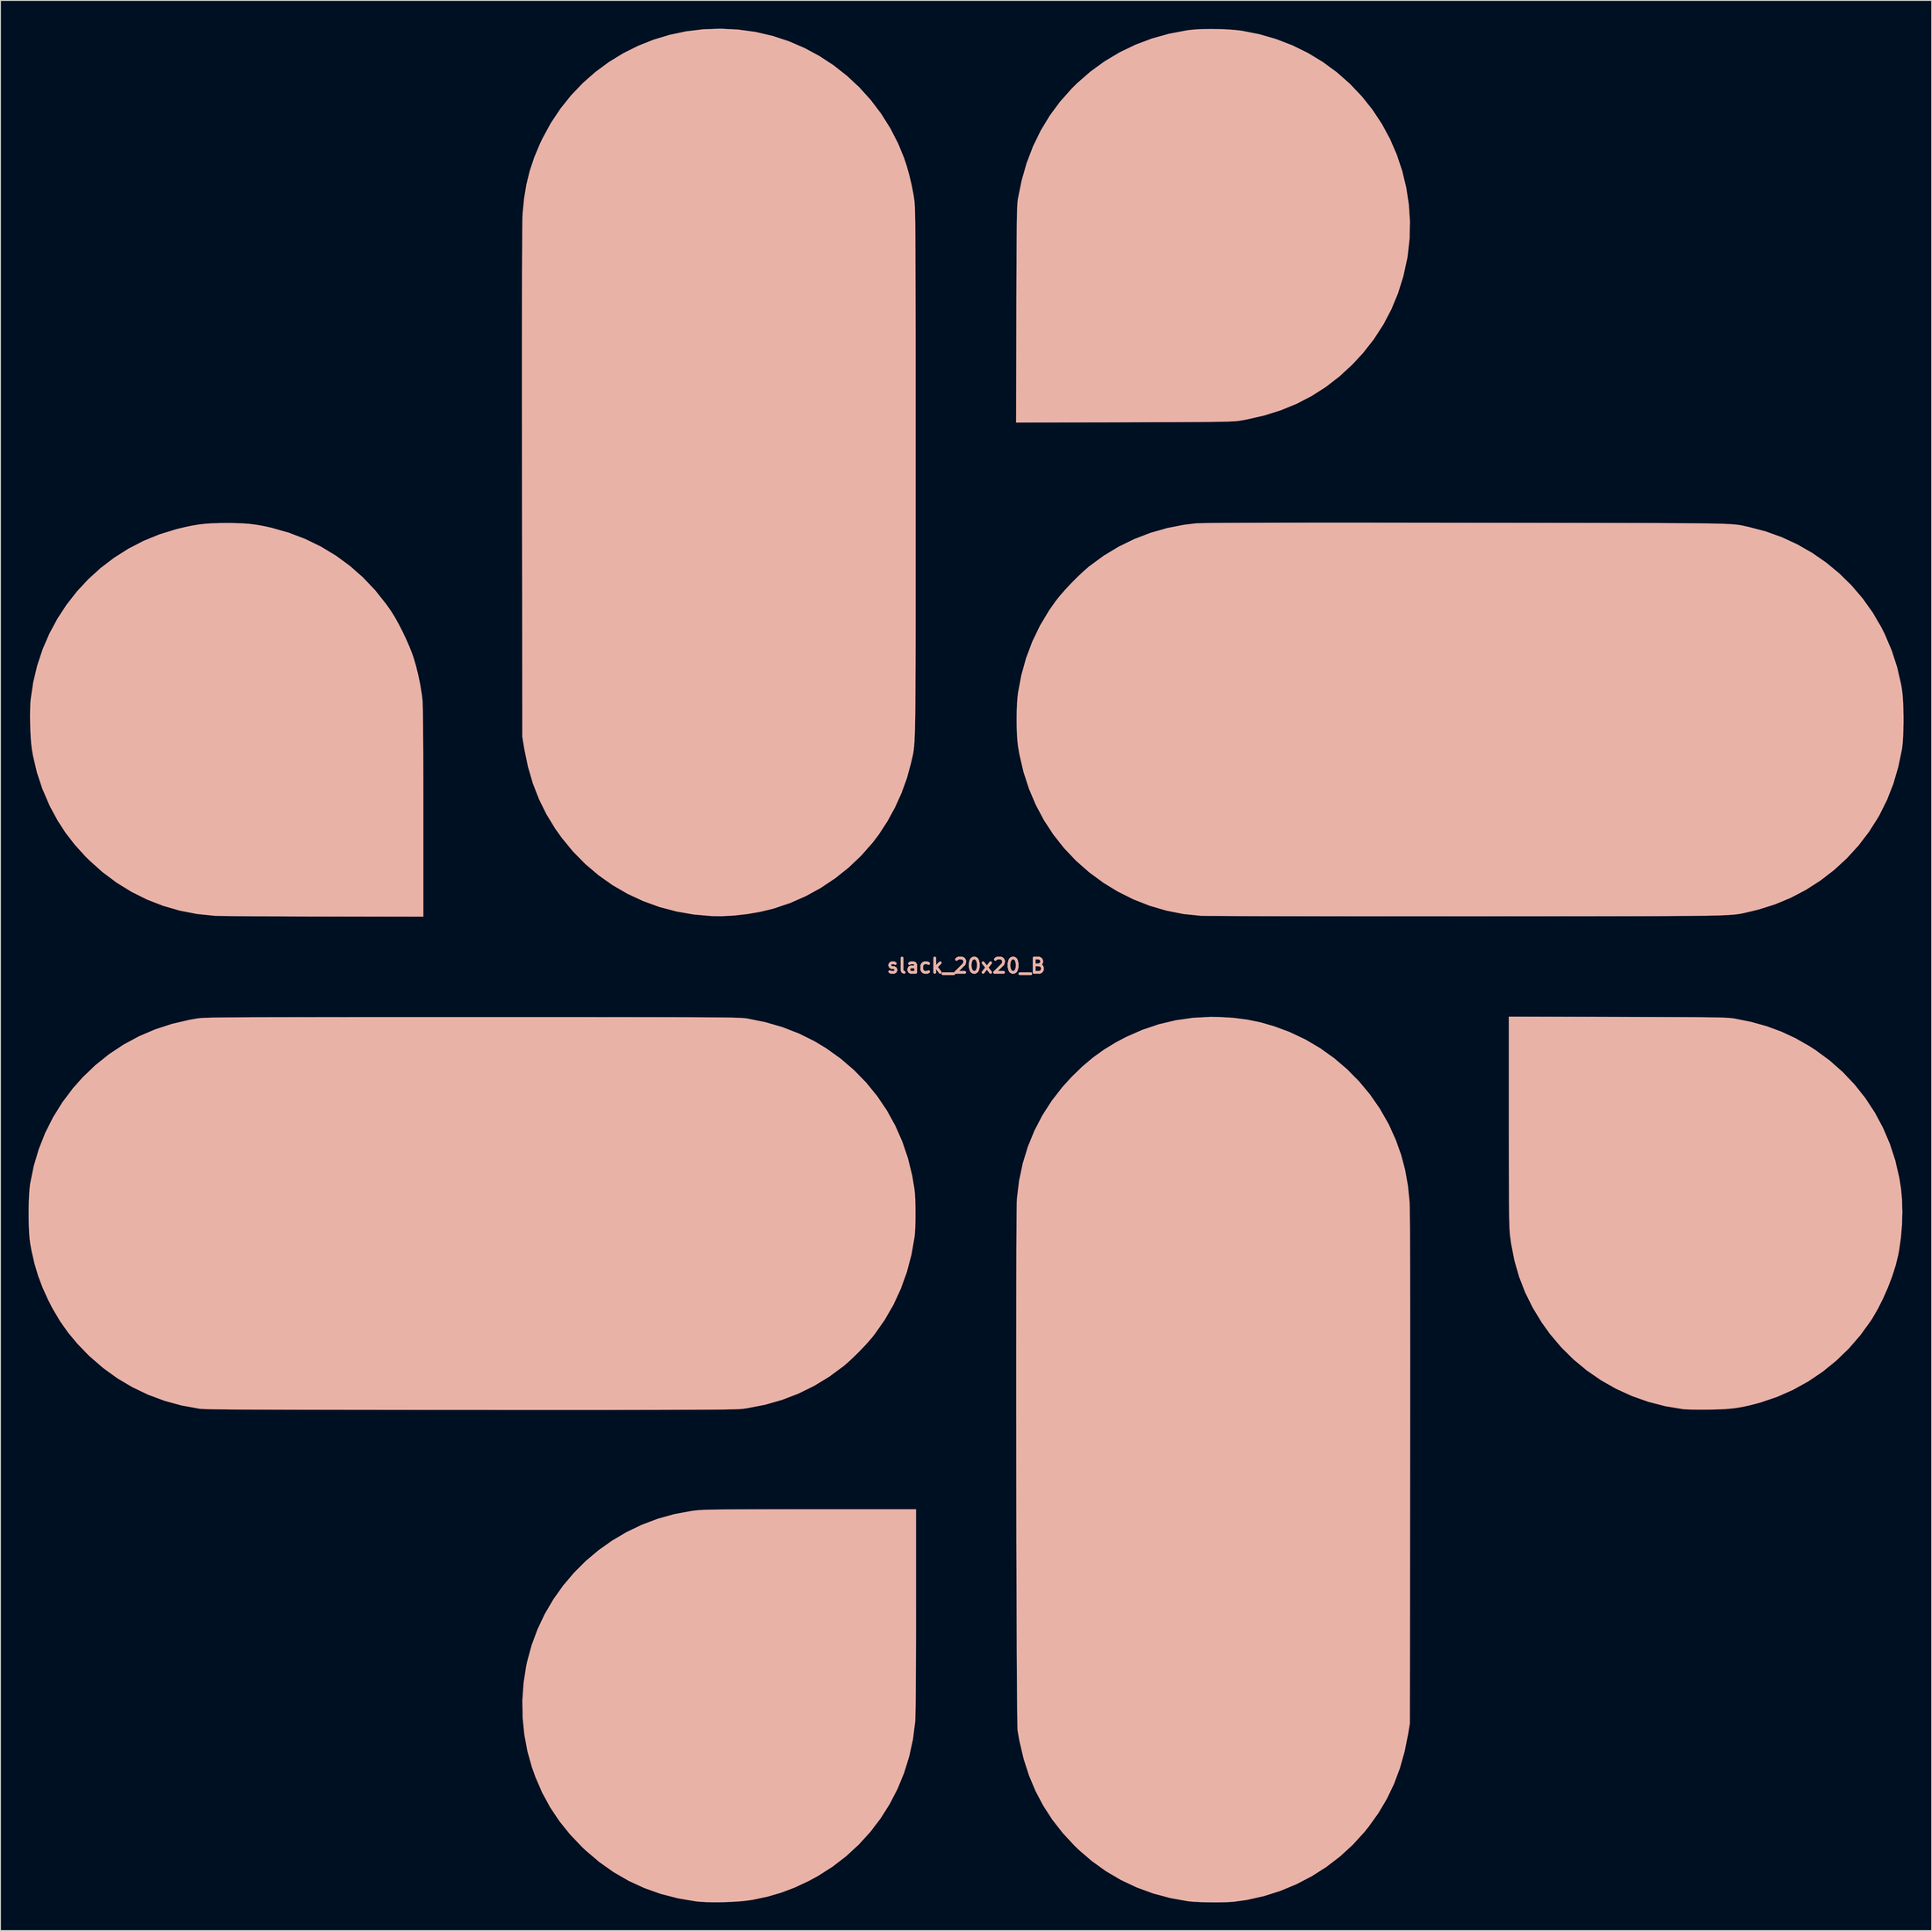
<source format=kicad_pcb>
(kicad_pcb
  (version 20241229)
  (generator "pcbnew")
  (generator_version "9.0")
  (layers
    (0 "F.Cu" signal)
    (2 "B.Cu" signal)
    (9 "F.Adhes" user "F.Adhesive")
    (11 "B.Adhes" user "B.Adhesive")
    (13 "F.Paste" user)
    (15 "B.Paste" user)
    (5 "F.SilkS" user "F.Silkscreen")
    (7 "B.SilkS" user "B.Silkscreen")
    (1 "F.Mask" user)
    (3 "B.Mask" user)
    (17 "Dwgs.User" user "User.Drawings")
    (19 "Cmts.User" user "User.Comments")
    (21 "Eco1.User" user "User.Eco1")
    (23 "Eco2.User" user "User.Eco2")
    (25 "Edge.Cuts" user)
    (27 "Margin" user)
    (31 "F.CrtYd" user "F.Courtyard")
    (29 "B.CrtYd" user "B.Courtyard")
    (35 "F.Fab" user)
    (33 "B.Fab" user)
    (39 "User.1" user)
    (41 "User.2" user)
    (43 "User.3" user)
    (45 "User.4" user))
  (footprint "slack_20x20_B"
    (layer "F.Cu")
    (at 99.879 99.89)
    (property "Reference" "slack_20x20_B" (at 0 0 0) (layer "B.SilkS") (effects (font (size 1.524 1.524) (thickness 0.3))))
    (attr through_hole)
    (fp_poly (pts (xy -5.334 68.702) (xy -5.335 70.516) (xy -5.337 72.191) (xy -5.341 73.725) (xy -5.346 75.115) (xy -5.353 76.358) (xy -5.361 77.451) (xy -5.371 78.39) (xy -5.382 79.173) (xy -5.394 79.796) (xy -5.408 80.257) (xy -5.423 80.551) (xy -5.425 80.577) (xy -5.665 82.444) (xy -6.062 84.262) (xy -6.611 86.022) (xy -7.306 87.715) (xy -8.143 89.333) (xy -9.115 90.869) (xy -10.216 92.313) (xy -11.442 93.657) (xy -12.787 94.894) (xy -14.245 96.015) (xy -15.81 97.012) (xy -16.817 97.556) (xy -18.263 98.23) (xy -19.688 98.77) (xy -21.147 99.196) (xy -22.696 99.525) (xy -22.775 99.539) (xy -23.457 99.636) (xy -24.255 99.712) (xy -25.126 99.765) (xy -26.027 99.796) (xy -26.914 99.801) (xy -27.743 99.782) (xy -28.471 99.735) (xy -28.787 99.701) (xy -30.697 99.378) (xy -32.528 98.905) (xy -34.28 98.283) (xy -35.954 97.51) (xy -37.55 96.587) (xy -39.068 95.514) (xy -40.51 94.289) (xy -40.924 93.897) (xy -42.205 92.55) (xy -43.33 91.149) (xy -44.311 89.678) (xy -45.156 88.121) (xy -45.876 86.464) (xy -46.259 85.393) (xy -46.738 83.681) (xy -47.067 81.91) (xy -47.246 80.099) (xy -47.272 78.269) (xy -47.146 76.441) (xy -46.865 74.634) (xy -46.768 74.177) (xy -46.288 72.406) (xy -45.656 70.703) (xy -44.883 69.072) (xy -43.975 67.523) (xy -42.941 66.063) (xy -41.789 64.698) (xy -40.527 63.436) (xy -39.163 62.285) (xy -37.705 61.251) (xy -36.162 60.342) (xy -34.541 59.565) (xy -32.851 58.928) (xy -31.1 58.437) (xy -29.295 58.101) (xy -28.824 58.04) (xy -28.642 58.021) (xy -28.428 58.004) (xy -28.175 57.989) (xy -27.872 57.976) (xy -27.511 57.964) (xy -27.083 57.953) (xy -26.578 57.944) (xy -25.989 57.937) (xy -25.305 57.93) (xy -24.518 57.925) (xy -23.619 57.921) (xy -22.598 57.918) (xy -21.448 57.915) (xy -20.158 57.913) (xy -18.72 57.912) (xy -17.124 57.912) (xy -16.532 57.912) (xy -5.334 57.912) (xy -5.334 68.702)) (stroke (width 0.01) (type solid)) (fill yes) (layer "B.SilkS"))
    (fp_poly (pts (xy 26.963 -99.842) (xy 27.813 -99.807) (xy 28.602 -99.75) (xy 29.287 -99.672) (xy 29.362 -99.661) (xy 31.228 -99.296) (xy 33.033 -98.775) (xy 34.772 -98.103) (xy 36.435 -97.286) (xy 38.015 -96.327) (xy 39.504 -95.232) (xy 40.895 -94.004) (xy 42.18 -92.649) (xy 43.278 -91.271) (xy 44.289 -89.748) (xy 45.159 -88.141) (xy 45.885 -86.462) (xy 46.465 -84.727) (xy 46.895 -82.949) (xy 47.171 -81.141) (xy 47.291 -79.318) (xy 47.25 -77.493) (xy 47.047 -75.681) (xy 46.995 -75.366) (xy 46.584 -73.493) (xy 46.023 -71.698) (xy 45.312 -69.981) (xy 44.452 -68.343) (xy 43.443 -66.786) (xy 42.287 -65.312) (xy 41.152 -64.089) (xy 39.782 -62.826) (xy 38.342 -61.711) (xy 36.825 -60.74) (xy 35.224 -59.909) (xy 33.531 -59.214) (xy 31.741 -58.653) (xy 29.846 -58.222) (xy 29.168 -58.103) (xy 29.031 -58.083) (xy 28.872 -58.065) (xy 28.681 -58.049) (xy 28.449 -58.034) (xy 28.167 -58.021) (xy 27.827 -58.009) (xy 27.42 -57.999) (xy 26.937 -57.989) (xy 26.368 -57.981) (xy 25.706 -57.974) (xy 24.94 -57.967) (xy 24.064 -57.961) (xy 23.066 -57.956) (xy 21.94 -57.951) (xy 20.675 -57.946) (xy 19.263 -57.941) (xy 17.695 -57.937) (xy 16.824 -57.935) (xy 5.327 -57.905) (xy 5.357 -69.402) (xy 5.361 -71.053) (xy 5.365 -72.544) (xy 5.37 -73.883) (xy 5.375 -75.079) (xy 5.38 -76.141) (xy 5.386 -77.079) (xy 5.392 -77.9) (xy 5.399 -78.614) (xy 5.406 -79.229) (xy 5.415 -79.755) (xy 5.425 -80.201) (xy 5.436 -80.574) (xy 5.448 -80.885) (xy 5.462 -81.141) (xy 5.478 -81.352) (xy 5.495 -81.527) (xy 5.513 -81.674) (xy 5.524 -81.746) (xy 5.923 -83.709) (xy 6.46 -85.577) (xy 7.138 -87.349) (xy 7.955 -89.026) (xy 8.913 -90.609) (xy 10.011 -92.097) (xy 11.25 -93.492) (xy 11.829 -94.066) (xy 13.246 -95.304) (xy 14.758 -96.402) (xy 16.357 -97.358) (xy 18.037 -98.169) (xy 19.793 -98.831) (xy 21.617 -99.342) (xy 23.504 -99.699) (xy 23.876 -99.75) (xy 24.51 -99.809) (xy 25.267 -99.844) (xy 26.099 -99.854) (xy 26.963 -99.842)) (stroke (width 0.01) (type solid)) (fill yes) (layer "B.SilkS"))
    (fp_poly (pts (xy -77.86 -47.189) (xy -77.062 -47.16) (xy -76.345 -47.105) (xy -75.662 -47.02) (xy -74.971 -46.9) (xy -74.227 -46.74) (xy -73.999 -46.687) (xy -72.161 -46.165) (xy -70.402 -45.494) (xy -68.726 -44.678) (xy -67.138 -43.718) (xy -65.643 -42.62) (xy -64.245 -41.386) (xy -62.95 -40.019) (xy -61.761 -38.522) (xy -61.27 -37.82) (xy -60.887 -37.205) (xy -60.477 -36.472) (xy -60.062 -35.667) (xy -59.665 -34.833) (xy -59.307 -34.017) (xy -59.01 -33.263) (xy -58.891 -32.921) (xy -58.617 -32.005) (xy -58.366 -30.991) (xy -58.152 -29.946) (xy -57.989 -28.939) (xy -57.917 -28.327) (xy -57.902 -28.085) (xy -57.889 -27.676) (xy -57.877 -27.104) (xy -57.866 -26.37) (xy -57.856 -25.479) (xy -57.848 -24.433) (xy -57.841 -23.234) (xy -57.835 -21.887) (xy -57.831 -20.393) (xy -57.829 -18.755) (xy -57.827 -16.977) (xy -57.827 -16.326) (xy -57.827 -5.249) (xy -68.432 -5.262) (xy -69.779 -5.264) (xy -71.093 -5.267) (xy -72.362 -5.271) (xy -73.575 -5.276) (xy -74.72 -5.281) (xy -75.786 -5.286) (xy -76.762 -5.293) (xy -77.635 -5.299) (xy -78.395 -5.307) (xy -79.029 -5.314) (xy -79.528 -5.321) (xy -79.878 -5.329) (xy -80.052 -5.336) (xy -81.939 -5.532) (xy -83.775 -5.888) (xy -85.555 -6.403) (xy -87.273 -7.073) (xy -88.924 -7.896) (xy -90.502 -8.87) (xy -92.003 -9.992) (xy -93.42 -11.26) (xy -93.854 -11.695) (xy -94.964 -12.921) (xy -95.933 -14.173) (xy -96.789 -15.492) (xy -97.559 -16.916) (xy -97.671 -17.145) (xy -98.413 -18.867) (xy -98.991 -20.608) (xy -99.41 -22.385) (xy -99.528 -23.072) (xy -99.597 -23.631) (xy -99.652 -24.315) (xy -99.692 -25.08) (xy -99.717 -25.881) (xy -99.725 -26.674) (xy -99.715 -27.416) (xy -99.686 -28.061) (xy -99.66 -28.381) (xy -99.387 -30.225) (xy -98.959 -32.016) (xy -98.383 -33.747) (xy -97.665 -35.409) (xy -96.813 -36.994) (xy -95.832 -38.495) (xy -94.73 -39.904) (xy -93.513 -41.214) (xy -92.188 -42.415) (xy -90.762 -43.5) (xy -89.242 -44.462) (xy -87.634 -45.293) (xy -85.945 -45.984) (xy -84.182 -46.528) (xy -84.048 -46.563) (xy -83.198 -46.768) (xy -82.444 -46.926) (xy -81.738 -47.042) (xy -81.035 -47.121) (xy -80.289 -47.17) (xy -79.452 -47.193) (xy -78.782 -47.198) (xy -77.86 -47.189)) (stroke (width 0.01) (type solid)) (fill yes) (layer "B.SilkS"))
    (fp_poly (pts (xy 69.406 5.44) (xy 71.052 5.444) (xy 72.538 5.448) (xy 73.873 5.452) (xy 75.065 5.457) (xy 76.124 5.461) (xy 77.058 5.466) (xy 77.877 5.472) (xy 78.589 5.478) (xy 79.204 5.486) (xy 79.73 5.494) (xy 80.177 5.503) (xy 80.553 5.514) (xy 80.867 5.525) (xy 81.128 5.539) (xy 81.346 5.554) (xy 81.529 5.57) (xy 81.686 5.589) (xy 81.827 5.609) (xy 81.873 5.617) (xy 83.647 5.975) (xy 85.308 6.438) (xy 86.88 7.017) (xy 88.388 7.722) (xy 89.859 8.563) (xy 90.503 8.979) (xy 92.014 10.092) (xy 93.407 11.323) (xy 94.676 12.663) (xy 95.816 14.104) (xy 96.823 15.64) (xy 97.692 17.262) (xy 98.418 18.963) (xy 98.997 20.734) (xy 99.423 22.569) (xy 99.61 23.749) (xy 99.72 24.954) (xy 99.753 26.26) (xy 99.711 27.617) (xy 99.596 28.977) (xy 99.41 30.291) (xy 99.302 30.861) (xy 99.035 31.937) (xy 98.667 33.09) (xy 98.216 34.273) (xy 97.701 35.444) (xy 97.14 36.559) (xy 96.551 37.573) (xy 96.376 37.846) (xy 95.268 39.372) (xy 94.042 40.786) (xy 92.705 42.079) (xy 91.266 43.246) (xy 89.736 44.28) (xy 88.122 45.175) (xy 86.433 45.924) (xy 84.679 46.52) (xy 84.382 46.604) (xy 83.608 46.807) (xy 82.912 46.966) (xy 82.253 47.086) (xy 81.59 47.174) (xy 80.883 47.233) (xy 80.09 47.27) (xy 79.171 47.29) (xy 79.121 47.291) (xy 78.497 47.295) (xy 77.892 47.292) (xy 77.338 47.284) (xy 76.868 47.271) (xy 76.514 47.252) (xy 76.369 47.239) (xy 74.503 46.929) (xy 72.691 46.461) (xy 70.941 45.842) (xy 69.261 45.077) (xy 67.66 44.17) (xy 66.146 43.126) (xy 64.728 41.952) (xy 63.413 40.651) (xy 62.211 39.23) (xy 61.34 38.015) (xy 60.379 36.435) (xy 59.577 34.821) (xy 58.93 33.157) (xy 58.431 31.428) (xy 58.075 29.619) (xy 57.955 28.733) (xy 57.936 28.551) (xy 57.919 28.336) (xy 57.904 28.08) (xy 57.89 27.773) (xy 57.878 27.408) (xy 57.868 26.974) (xy 57.859 26.462) (xy 57.852 25.865) (xy 57.845 25.172) (xy 57.84 24.375) (xy 57.836 23.464) (xy 57.833 22.431) (xy 57.83 21.267) (xy 57.829 19.963) (xy 57.828 18.509) (xy 57.827 16.896) (xy 57.827 16.529) (xy 57.827 5.413) (xy 69.406 5.44)) (stroke (width 0.01) (type solid)) (fill yes) (layer "B.SilkS"))
    (fp_poly (pts (xy 26.882 5.446) (xy 28.48 5.541) (xy 29.977 5.733) (xy 31.418 6.032) (xy 32.846 6.448) (xy 34.306 6.988) (xy 34.543 7.086) (xy 36.168 7.856) (xy 37.725 8.774) (xy 39.203 9.83) (xy 40.588 11.012) (xy 41.869 12.31) (xy 43.035 13.711) (xy 44.073 15.206) (xy 44.973 16.782) (xy 45.073 16.981) (xy 45.784 18.555) (xy 46.349 20.138) (xy 46.778 21.76) (xy 47.077 23.449) (xy 47.247 25.122) (xy 47.257 25.332) (xy 47.266 25.67) (xy 47.274 26.139) (xy 47.281 26.74) (xy 47.288 27.477) (xy 47.294 28.35) (xy 47.3 29.364) (xy 47.304 30.519) (xy 47.308 31.819) (xy 47.312 33.265) (xy 47.314 34.86) (xy 47.316 36.605) (xy 47.317 38.504) (xy 47.318 40.559) (xy 47.318 42.771) (xy 47.317 45.143) (xy 47.316 47.678) (xy 47.314 50.377) (xy 47.311 53.242) (xy 47.31 53.594) (xy 47.282 80.73) (xy 47.097 81.855) (xy 46.72 83.735) (xy 46.221 85.504) (xy 45.596 87.175) (xy 44.837 88.762) (xy 43.94 90.278) (xy 42.898 91.736) (xy 42.429 92.319) (xy 41.188 93.679) (xy 39.831 94.922) (xy 38.371 96.04) (xy 36.819 97.027) (xy 35.187 97.877) (xy 33.485 98.584) (xy 31.727 99.142) (xy 29.923 99.545) (xy 28.575 99.737) (xy 28.101 99.774) (xy 27.506 99.798) (xy 26.829 99.81) (xy 26.113 99.809) (xy 25.398 99.796) (xy 24.727 99.772) (xy 24.14 99.737) (xy 23.68 99.692) (xy 23.664 99.69) (xy 21.767 99.351) (xy 19.939 98.86) (xy 18.184 98.217) (xy 16.507 97.427) (xy 14.911 96.489) (xy 13.401 95.406) (xy 11.98 94.181) (xy 11.555 93.768) (xy 10.298 92.413) (xy 9.188 90.992) (xy 8.221 89.497) (xy 7.391 87.921) (xy 6.695 86.255) (xy 6.128 84.489) (xy 5.688 82.616) (xy 5.49 81.492) (xy 5.48 81.345) (xy 5.471 81.037) (xy 5.461 80.575) (xy 5.452 79.966) (xy 5.444 79.22) (xy 5.435 78.343) (xy 5.427 77.343) (xy 5.419 76.228) (xy 5.412 75.005) (xy 5.405 73.683) (xy 5.398 72.269) (xy 5.391 70.771) (xy 5.385 69.197) (xy 5.379 67.553) (xy 5.374 65.849) (xy 5.369 64.092) (xy 5.364 62.29) (xy 5.36 60.45) (xy 5.356 58.579) (xy 5.353 56.687) (xy 5.35 54.781) (xy 5.347 52.867) (xy 5.345 50.955) (xy 5.344 49.052) (xy 5.342 47.165) (xy 5.342 45.302) (xy 5.342 43.472) (xy 5.342 41.681) (xy 5.343 39.938) (xy 5.344 38.25) (xy 5.346 36.625) (xy 5.348 35.071) (xy 5.351 33.596) (xy 5.355 32.207) (xy 5.359 30.912) (xy 5.364 29.718) (xy 5.369 28.634) (xy 5.375 27.668) (xy 5.381 26.826) (xy 5.388 26.118) (xy 5.396 25.549) (xy 5.405 25.129) (xy 5.414 24.865) (xy 5.417 24.807) (xy 5.65 22.899) (xy 6.039 21.055) (xy 6.582 19.278) (xy 7.279 17.572) (xy 8.127 15.939) (xy 9.125 14.383) (xy 10.273 12.905) (xy 11.259 11.822) (xy 12.393 10.724) (xy 13.531 9.764) (xy 14.714 8.913) (xy 15.978 8.144) (xy 17.06 7.574) (xy 18.775 6.819) (xy 20.533 6.227) (xy 22.332 5.799) (xy 24.171 5.536) (xy 26.046 5.437) (xy 26.882 5.446)) (stroke (width 0.01) (type solid)) (fill yes) (layer "B.SilkS"))
    (fp_poly (pts (xy -24.318 -99.791) (xy -22.448 -99.534) (xy -22.382 -99.522) (xy -20.601 -99.108) (xy -18.875 -98.539) (xy -17.212 -97.822) (xy -15.622 -96.964) (xy -14.111 -95.973) (xy -12.691 -94.857) (xy -11.37 -93.623) (xy -10.155 -92.278) (xy -9.057 -90.83) (xy -8.085 -89.287) (xy -7.246 -87.656) (xy -6.624 -86.148) (xy -6.335 -85.282) (xy -6.061 -84.309) (xy -5.818 -83.295) (xy -5.622 -82.302) (xy -5.533 -81.746) (xy -5.519 -81.639) (xy -5.505 -81.526) (xy -5.492 -81.4) (xy -5.481 -81.257) (xy -5.47 -81.089) (xy -5.459 -80.893) (xy -5.45 -80.662) (xy -5.441 -80.391) (xy -5.433 -80.073) (xy -5.426 -79.705) (xy -5.419 -79.279) (xy -5.413 -78.791) (xy -5.408 -78.234) (xy -5.403 -77.604) (xy -5.399 -76.895) (xy -5.395 -76.1) (xy -5.392 -75.216) (xy -5.389 -74.235) (xy -5.386 -73.152) (xy -5.384 -71.963) (xy -5.382 -70.661) (xy -5.381 -69.24) (xy -5.379 -67.695) (xy -5.378 -66.021) (xy -5.378 -64.212) (xy -5.377 -62.263) (xy -5.377 -60.167) (xy -5.376 -57.919) (xy -5.376 -55.515) (xy -5.376 -52.947) (xy -5.376 -52.536) (xy -5.376 -49.919) (xy -5.376 -47.465) (xy -5.376 -45.17) (xy -5.376 -43.027) (xy -5.376 -41.031) (xy -5.376 -39.176) (xy -5.377 -37.457) (xy -5.378 -35.867) (xy -5.379 -34.402) (xy -5.381 -33.055) (xy -5.384 -31.821) (xy -5.388 -30.694) (xy -5.393 -29.669) (xy -5.399 -28.74) (xy -5.405 -27.902) (xy -5.413 -27.148) (xy -5.423 -26.473) (xy -5.433 -25.872) (xy -5.445 -25.338) (xy -5.459 -24.867) (xy -5.474 -24.452) (xy -5.491 -24.088) (xy -5.51 -23.769) (xy -5.531 -23.49) (xy -5.554 -23.245) (xy -5.579 -23.028) (xy -5.606 -22.834) (xy -5.636 -22.657) (xy -5.667 -22.491) (xy -5.702 -22.331) (xy -5.739 -22.171) (xy -5.778 -22.006) (xy -5.821 -21.83) (xy -5.866 -21.636) (xy -5.887 -21.542) (xy -6.309 -19.995) (xy -6.875 -18.436) (xy -7.569 -16.899) (xy -8.375 -15.421) (xy -9.274 -14.035) (xy -9.951 -13.14) (xy -11.173 -11.754) (xy -12.511 -10.482) (xy -13.95 -9.332) (xy -15.479 -8.312) (xy -17.083 -7.431) (xy -18.751 -6.697) (xy -20.469 -6.12) (xy -20.67 -6.064) (xy -21.957 -5.758) (xy -23.308 -5.524) (xy -24.671 -5.368) (xy -25.993 -5.295) (xy -27.093 -5.306) (xy -29.011 -5.474) (xy -30.876 -5.801) (xy -32.681 -6.281) (xy -34.419 -6.912) (xy -36.083 -7.689) (xy -37.668 -8.609) (xy -39.165 -9.667) (xy -40.57 -10.862) (xy -41.874 -12.187) (xy -43.071 -13.641) (xy -43.779 -14.636) (xy -44.713 -16.171) (xy -45.504 -17.775) (xy -46.158 -19.459) (xy -46.677 -21.235) (xy -47.067 -23.113) (xy -47.09 -23.252) (xy -47.282 -24.426) (xy -47.31 -51.647) (xy -47.313 -54.578) (xy -47.315 -57.341) (xy -47.317 -59.938) (xy -47.318 -62.371) (xy -47.318 -64.641) (xy -47.317 -66.75) (xy -47.316 -68.699) (xy -47.314 -70.49) (xy -47.311 -72.125) (xy -47.308 -73.605) (xy -47.303 -74.931) (xy -47.299 -76.107) (xy -47.293 -77.132) (xy -47.287 -78.009) (xy -47.28 -78.739) (xy -47.272 -79.324) (xy -47.264 -79.766) (xy -47.254 -80.066) (xy -47.248 -80.179) (xy -47.089 -81.799) (xy -46.836 -83.312) (xy -46.478 -84.756) (xy -46.006 -86.171) (xy -45.408 -87.598) (xy -45.132 -88.18) (xy -44.238 -89.822) (xy -43.218 -91.356) (xy -42.081 -92.777) (xy -40.836 -94.082) (xy -39.492 -95.267) (xy -38.056 -96.326) (xy -36.538 -97.256) (xy -34.946 -98.053) (xy -33.288 -98.712) (xy -31.574 -99.229) (xy -29.811 -99.6) (xy -28.008 -99.82) (xy -26.175 -99.885) (xy -24.318 -99.791)) (stroke (width 0.01) (type solid)) (fill yes) (layer "B.SilkS"))
    (fp_poly (pts (xy 41.508 -47.232) (xy 43.744 -47.231) (xy 46.137 -47.229) (xy 48.691 -47.227) (xy 51.409 -47.225) (xy 53.34 -47.223) (xy 55.928 -47.22) (xy 58.352 -47.217) (xy 60.619 -47.215) (xy 62.733 -47.212) (xy 64.7 -47.21) (xy 66.527 -47.208) (xy 68.218 -47.205) (xy 69.779 -47.202) (xy 71.216 -47.199) (xy 72.535 -47.196) (xy 73.742 -47.192) (xy 74.841 -47.187) (xy 75.839 -47.182) (xy 76.742 -47.176) (xy 77.554 -47.169) (xy 78.282 -47.161) (xy 78.932 -47.152) (xy 79.508 -47.142) (xy 80.017 -47.131) (xy 80.465 -47.119) (xy 80.856 -47.105) (xy 81.197 -47.09) (xy 81.494 -47.073) (xy 81.751 -47.055) (xy 81.975 -47.035) (xy 82.172 -47.014) (xy 82.346 -46.99) (xy 82.505 -46.965) (xy 82.652 -46.937) (xy 82.795 -46.907) (xy 82.938 -46.875) (xy 83.088 -46.841) (xy 83.249 -46.805) (xy 83.397 -46.773) (xy 85.178 -46.307) (xy 86.903 -45.687) (xy 88.562 -44.92) (xy 90.146 -44.013) (xy 91.644 -42.976) (xy 93.047 -41.814) (xy 94.345 -40.536) (xy 95.528 -39.15) (xy 96.588 -37.663) (xy 97.513 -36.082) (xy 97.88 -35.348) (xy 98.622 -33.6) (xy 99.2 -31.821) (xy 99.619 -29.996) (xy 99.711 -29.461) (xy 99.775 -28.932) (xy 99.823 -28.275) (xy 99.856 -27.528) (xy 99.873 -26.727) (xy 99.874 -25.906) (xy 99.859 -25.104) (xy 99.829 -24.355) (xy 99.784 -23.697) (xy 99.722 -23.164) (xy 99.71 -23.086) (xy 99.316 -21.193) (xy 98.788 -19.399) (xy 98.122 -17.696) (xy 97.316 -16.078) (xy 97.178 -15.833) (xy 96.185 -14.268) (xy 95.063 -12.805) (xy 93.821 -11.449) (xy 92.471 -10.21) (xy 91.021 -9.093) (xy 89.482 -8.106) (xy 87.863 -7.257) (xy 86.176 -6.554) (xy 84.429 -6.003) (xy 83.641 -5.81) (xy 83.435 -5.763) (xy 83.249 -5.718) (xy 83.076 -5.677) (xy 82.911 -5.639) (xy 82.748 -5.603) (xy 82.582 -5.57) (xy 82.406 -5.539) (xy 82.215 -5.511) (xy 82.004 -5.485) (xy 81.766 -5.461) (xy 81.496 -5.439) (xy 81.188 -5.419) (xy 80.836 -5.402) (xy 80.435 -5.385) (xy 79.979 -5.371) (xy 79.462 -5.358) (xy 78.878 -5.347) (xy 78.222 -5.337) (xy 77.488 -5.328) (xy 76.67 -5.321) (xy 75.763 -5.315) (xy 74.76 -5.309) (xy 73.657 -5.305) (xy 72.446 -5.301) (xy 71.123 -5.298) (xy 69.682 -5.296) (xy 68.117 -5.294) (xy 66.423 -5.292) (xy 64.592 -5.291) (xy 62.621 -5.29) (xy 60.503 -5.289) (xy 58.232 -5.288) (xy 55.803 -5.287) (xy 53.425 -5.286) (xy 51.272 -5.285) (xy 49.158 -5.285) (xy 47.088 -5.285) (xy 45.069 -5.285) (xy 43.107 -5.286) (xy 41.21 -5.287) (xy 39.384 -5.288) (xy 37.636 -5.29) (xy 35.972 -5.292) (xy 34.399 -5.294) (xy 32.923 -5.297) (xy 31.552 -5.3) (xy 30.292 -5.303) (xy 29.149 -5.307) (xy 28.131 -5.311) (xy 27.244 -5.315) (xy 26.494 -5.319) (xy 25.888 -5.323) (xy 25.434 -5.328) (xy 25.136 -5.333) (xy 25.019 -5.337) (xy 23.168 -5.529) (xy 21.349 -5.887) (xy 19.57 -6.406) (xy 17.84 -7.085) (xy 16.167 -7.92) (xy 14.647 -8.848) (xy 13.121 -9.97) (xy 11.719 -11.204) (xy 10.446 -12.545) (xy 9.304 -13.988) (xy 8.297 -15.529) (xy 7.428 -17.161) (xy 6.7 -18.881) (xy 6.115 -20.683) (xy 5.679 -22.561) (xy 5.532 -23.427) (xy 5.466 -24.003) (xy 5.419 -24.705) (xy 5.393 -25.49) (xy 5.385 -26.317) (xy 5.397 -27.142) (xy 5.428 -27.924) (xy 5.478 -28.62) (xy 5.532 -29.083) (xy 5.889 -30.982) (xy 6.4 -32.815) (xy 7.064 -34.578) (xy 7.879 -36.267) (xy 8.844 -37.879) (xy 9.535 -38.862) (xy 9.999 -39.445) (xy 10.562 -40.09) (xy 11.188 -40.76) (xy 11.84 -41.417) (xy 12.482 -42.023) (xy 13.076 -42.54) (xy 13.166 -42.613) (xy 14.661 -43.711) (xy 16.248 -44.67) (xy 17.914 -45.484) (xy 19.647 -46.15) (xy 21.437 -46.663) (xy 23.27 -47.017) (xy 24.469 -47.159) (xy 24.631 -47.169) (xy 24.899 -47.178) (xy 25.274 -47.186) (xy 25.762 -47.193) (xy 26.364 -47.2) (xy 27.085 -47.206) (xy 27.927 -47.212) (xy 28.894 -47.216) (xy 29.988 -47.221) (xy 31.214 -47.224) (xy 32.575 -47.227) (xy 34.073 -47.229) (xy 35.712 -47.231) (xy 37.495 -47.232) (xy 39.426 -47.232) (xy 41.508 -47.232)) (stroke (width 0.01) (type solid)) (fill yes) (layer "B.SilkS"))
    (fp_poly (pts (xy -50.014 5.461) (xy -47.572 5.461) (xy -45.288 5.461) (xy -43.157 5.462) (xy -41.173 5.462) (xy -39.33 5.463) (xy -37.624 5.464) (xy -36.049 5.465) (xy -34.599 5.466) (xy -33.269 5.468) (xy -32.053 5.47) (xy -30.945 5.473) (xy -29.941 5.476) (xy -29.034 5.479) (xy -28.22 5.483) (xy -27.492 5.487) (xy -26.846 5.492) (xy -26.274 5.497) (xy -25.773 5.503) (xy -25.337 5.509) (xy -24.96 5.516) (xy -24.636 5.524) (xy -24.36 5.533) (xy -24.127 5.542) (xy -23.93 5.552) (xy -23.765 5.562) (xy -23.627 5.574) (xy -23.508 5.586) (xy -23.405 5.599) (xy -23.311 5.613) (xy -23.301 5.615) (xy -21.382 6.003) (xy -19.55 6.536) (xy -17.805 7.214) (xy -16.147 8.036) (xy -14.901 8.787) (xy -13.357 9.894) (xy -11.934 11.116) (xy -10.639 12.447) (xy -9.473 13.879) (xy -8.443 15.406) (xy -7.55 17.023) (xy -6.8 18.722) (xy -6.197 20.497) (xy -5.743 22.343) (xy -5.49 23.876) (xy -5.446 24.335) (xy -5.415 24.921) (xy -5.395 25.592) (xy -5.387 26.307) (xy -5.392 27.025) (xy -5.409 27.706) (xy -5.437 28.308) (xy -5.478 28.79) (xy -5.488 28.871) (xy -5.822 30.779) (xy -6.31 32.625) (xy -6.949 34.402) (xy -7.736 36.106) (xy -8.67 37.727) (xy -9.747 39.262) (xy -9.964 39.539) (xy -10.373 40.023) (xy -10.872 40.57) (xy -11.424 41.142) (xy -11.99 41.7) (xy -12.532 42.206) (xy -13.012 42.622) (xy -13.054 42.656) (xy -14.582 43.784) (xy -16.186 44.76) (xy -17.866 45.586) (xy -19.617 46.258) (xy -21.437 46.777) (xy -23.324 47.141) (xy -23.732 47.198) (xy -23.839 47.21) (xy -23.97 47.222) (xy -24.132 47.232) (xy -24.329 47.242) (xy -24.568 47.251) (xy -24.852 47.26) (xy -25.189 47.268) (xy -25.583 47.275) (xy -26.04 47.282) (xy -26.565 47.287) (xy -27.164 47.293) (xy -27.842 47.298) (xy -28.604 47.302) (xy -29.457 47.306) (xy -30.404 47.309) (xy -31.453 47.312) (xy -32.608 47.315) (xy -33.875 47.317) (xy -35.259 47.318) (xy -36.765 47.32) (xy -38.4 47.321) (xy -40.168 47.321) (xy -42.075 47.322) (xy -44.126 47.322) (xy -46.327 47.321) (xy -48.684 47.321) (xy -51.201 47.32) (xy -52.773 47.32) (xy -55.412 47.319) (xy -57.887 47.318) (xy -60.203 47.317) (xy -62.366 47.315) (xy -64.38 47.314) (xy -66.251 47.312) (xy -67.984 47.31) (xy -69.584 47.308) (xy -71.058 47.305) (xy -72.408 47.302) (xy -73.643 47.299) (xy -74.765 47.295) (xy -75.781 47.291) (xy -76.696 47.287) (xy -77.514 47.282) (xy -78.243 47.277) (xy -78.885 47.271) (xy -79.448 47.264) (xy -79.935 47.258) (xy -80.353 47.25) (xy -80.706 47.242) (xy -81 47.234) (xy -81.24 47.224) (xy -81.431 47.214) (xy -81.579 47.204) (xy -81.688 47.193) (xy -81.703 47.191) (xy -83.572 46.854) (xy -85.384 46.358) (xy -87.132 45.709) (xy -88.811 44.908) (xy -90.412 43.959) (xy -91.928 42.865) (xy -93.354 41.63) (xy -93.576 41.416) (xy -94.695 40.255) (xy -95.673 39.078) (xy -96.54 37.847) (xy -97.323 36.523) (xy -97.795 35.605) (xy -98.386 34.302) (xy -98.868 33.023) (xy -99.258 31.717) (xy -99.573 30.329) (xy -99.71 29.576) (xy -99.774 29.07) (xy -99.822 28.431) (xy -99.855 27.695) (xy -99.872 26.9) (xy -99.874 26.08) (xy -99.86 25.272) (xy -99.83 24.513) (xy -99.784 23.838) (xy -99.723 23.284) (xy -99.711 23.202) (xy -99.332 21.339) (xy -98.796 19.535) (xy -98.107 17.796) (xy -97.268 16.13) (xy -96.283 14.545) (xy -95.157 13.048) (xy -94.134 11.896) (xy -92.769 10.586) (xy -91.312 9.417) (xy -89.765 8.392) (xy -88.131 7.51) (xy -86.414 6.775) (xy -84.615 6.187) (xy -82.738 5.748) (xy -81.957 5.613) (xy -81.862 5.599) (xy -81.757 5.586) (xy -81.636 5.574) (xy -81.495 5.562) (xy -81.328 5.552) (xy -81.129 5.542) (xy -80.892 5.533) (xy -80.613 5.524) (xy -80.285 5.517) (xy -79.904 5.509) (xy -79.463 5.503) (xy -78.957 5.497) (xy -78.381 5.492) (xy -77.729 5.487) (xy -76.996 5.483) (xy -76.175 5.479) (xy -75.263 5.476) (xy -74.252 5.473) (xy -73.138 5.47) (xy -71.915 5.468) (xy -70.577 5.467) (xy -69.119 5.465) (xy -67.536 5.464) (xy -65.822 5.463) (xy -63.971 5.462) (xy -61.978 5.462) (xy -59.838 5.461) (xy -57.545 5.461) (xy -55.093 5.461) (xy -52.62 5.461) (xy -50.014 5.461)) (stroke (width 0.01) (type solid)) (fill yes) (layer "B.SilkS")))
  (gr_rect
    (start -3 -3)
    (end 202.758 202.705)
    (stroke (width 0.1) (type default))
    (fill no)
    (layer "Edge.Cuts")))
</source>
